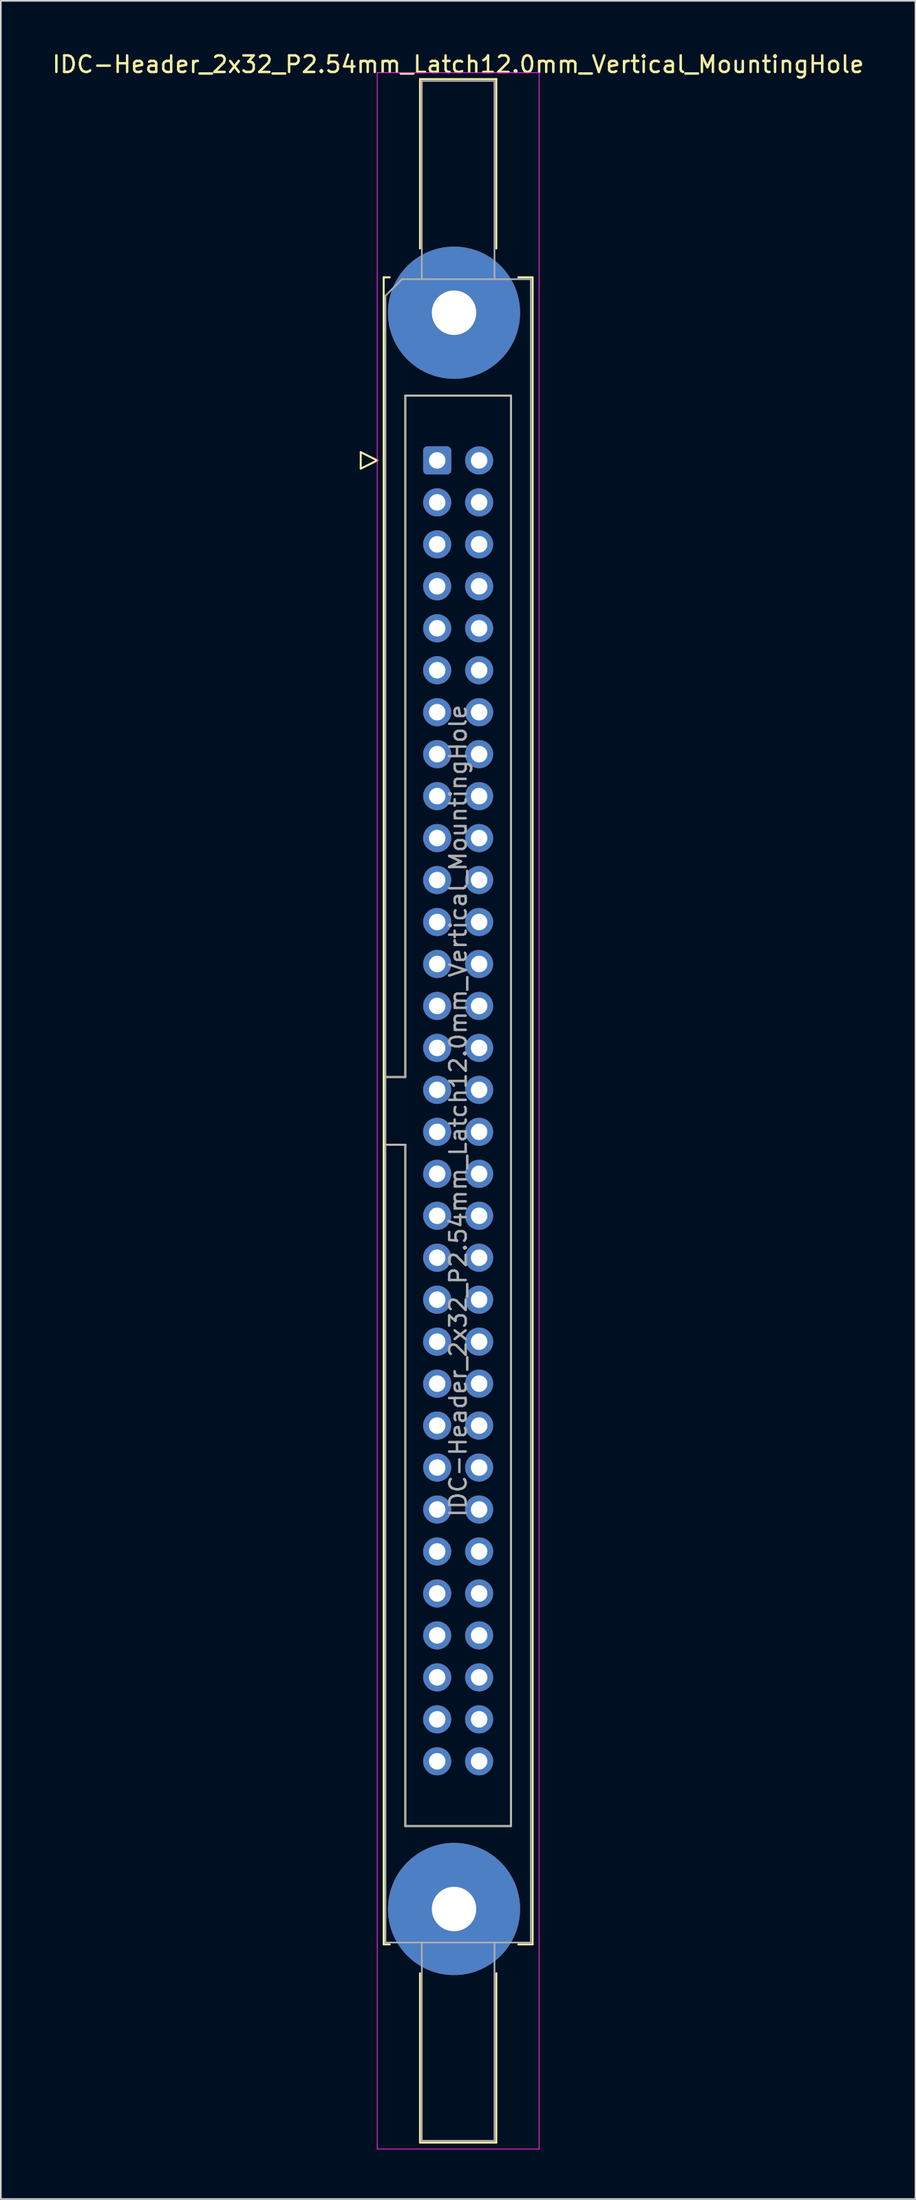
<source format=kicad_pcb>
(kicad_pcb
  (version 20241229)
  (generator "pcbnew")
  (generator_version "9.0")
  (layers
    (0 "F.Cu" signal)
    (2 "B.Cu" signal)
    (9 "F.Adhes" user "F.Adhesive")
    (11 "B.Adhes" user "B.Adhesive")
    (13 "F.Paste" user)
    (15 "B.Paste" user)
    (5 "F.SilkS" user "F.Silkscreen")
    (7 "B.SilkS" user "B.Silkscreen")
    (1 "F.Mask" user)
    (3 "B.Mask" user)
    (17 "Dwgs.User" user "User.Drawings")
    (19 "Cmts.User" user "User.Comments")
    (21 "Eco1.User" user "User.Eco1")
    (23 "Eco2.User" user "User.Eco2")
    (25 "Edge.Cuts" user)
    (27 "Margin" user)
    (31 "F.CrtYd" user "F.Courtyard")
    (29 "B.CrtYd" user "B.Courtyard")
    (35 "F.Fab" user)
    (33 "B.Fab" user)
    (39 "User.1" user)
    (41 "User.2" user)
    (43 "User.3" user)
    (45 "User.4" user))
  (footprint "IDC-Header_2x32_P2.54mm_Latch12.0mm_Vertical_MountingHole"
    (layer "F.Cu")
    (at 23.426 24.818)
    (property "Reference" "IDC-Header_2x32_P2.54mm_Latch12.0mm_Vertical_MountingHole" (at 1.27 -23.97 0) (layer "F.SilkS") (effects (font (size 1 1) (thickness 0.15))))
    (attr through_hole)
    (fp_line (start -4.63 -0.5) (end -4.63 0.5) (stroke (width 0.12) (type solid)) (layer "F.SilkS"))
    (fp_line (start -4.63 0.5) (end -3.63 0) (stroke (width 0.12) (type solid)) (layer "F.SilkS"))
    (fp_line (start -3.63 0) (end -4.63 -0.5) (stroke (width 0.12) (type solid)) (layer "F.SilkS"))
    (fp_line (start -3.24 -11.08) (end -3.24 89.82) (stroke (width 0.12) (type solid)) (layer "F.SilkS"))
    (fp_line (start -3.24 37.32) (end -1.93 37.32) (stroke (width 0.12) (type solid)) (layer "F.SilkS"))
    (fp_line (start -3.24 89.82) (end -2.87 89.82) (stroke (width 0.12) (type solid)) (layer "F.SilkS"))
    (fp_line (start -2.87 -11.08) (end -3.24 -11.08) (stroke (width 0.12) (type solid)) (layer "F.SilkS"))
    (fp_line (start -1.93 -3.92) (end 4.47 -3.92) (stroke (width 0.12) (type solid)) (layer "F.SilkS"))
    (fp_line (start -1.93 37.32) (end -1.93 -3.92) (stroke (width 0.12) (type solid)) (layer "F.SilkS"))
    (fp_line (start -1.93 41.42) (end -3.24 41.42) (stroke (width 0.12) (type solid)) (layer "F.SilkS"))
    (fp_line (start -1.93 41.42) (end -1.93 41.42) (stroke (width 0.12) (type solid)) (layer "F.SilkS"))
    (fp_line (start -1.93 82.66) (end -1.93 41.42) (stroke (width 0.12) (type solid)) (layer "F.SilkS"))
    (fp_line (start -1.04 -23.08) (end 3.58 -23.08) (stroke (width 0.12) (type solid)) (layer "F.SilkS"))
    (fp_line (start -1.04 -12.83) (end -1.04 -23.08) (stroke (width 0.12) (type solid)) (layer "F.SilkS"))
    (fp_line (start -1.04 91.57) (end -1.04 101.82) (stroke (width 0.12) (type solid)) (layer "F.SilkS"))
    (fp_line (start -1.04 101.82) (end 3.58 101.82) (stroke (width 0.12) (type solid)) (layer "F.SilkS"))
    (fp_line (start 3.58 -23.08) (end 3.58 -12.83) (stroke (width 0.12) (type solid)) (layer "F.SilkS"))
    (fp_line (start 3.58 101.82) (end 3.58 91.57) (stroke (width 0.12) (type solid)) (layer "F.SilkS"))
    (fp_line (start 4.47 -3.92) (end 4.47 82.66) (stroke (width 0.12) (type solid)) (layer "F.SilkS"))
    (fp_line (start 4.47 82.66) (end -1.93 82.66) (stroke (width 0.12) (type solid)) (layer "F.SilkS"))
    (fp_line (start 4.91 -11.08) (end 5.78 -11.08) (stroke (width 0.12) (type solid)) (layer "F.SilkS"))
    (fp_line (start 5.78 -11.08) (end 5.78 89.82) (stroke (width 0.12) (type solid)) (layer "F.SilkS"))
    (fp_line (start 5.78 89.82) (end 4.91 89.82) (stroke (width 0.12) (type solid)) (layer "F.SilkS"))
    (fp_line (start -3.63 -23.47) (end -3.63 102.21) (stroke (width 0.05) (type solid)) (layer "F.CrtYd"))
    (fp_line (start -3.63 102.21) (end 6.17 102.21) (stroke (width 0.05) (type solid)) (layer "F.CrtYd"))
    (fp_line (start 6.17 -23.47) (end -3.63 -23.47) (stroke (width 0.05) (type solid)) (layer "F.CrtYd"))
    (fp_line (start 6.17 102.21) (end 6.17 -23.47) (stroke (width 0.05) (type solid)) (layer "F.CrtYd"))
    (fp_line (start -3.13 -9.97) (end -2.13 -10.97) (stroke (width 0.1) (type solid)) (layer "F.Fab"))
    (fp_line (start -3.13 37.32) (end -1.93 37.32) (stroke (width 0.1) (type solid)) (layer "F.Fab"))
    (fp_line (start -3.13 89.71) (end -3.13 -9.97) (stroke (width 0.1) (type solid)) (layer "F.Fab"))
    (fp_line (start -2.13 -10.97) (end 5.67 -10.97) (stroke (width 0.1) (type solid)) (layer "F.Fab"))
    (fp_line (start -1.93 -3.92) (end 4.47 -3.92) (stroke (width 0.1) (type solid)) (layer "F.Fab"))
    (fp_line (start -1.93 37.32) (end -1.93 -3.92) (stroke (width 0.1) (type solid)) (layer "F.Fab"))
    (fp_line (start -1.93 41.42) (end -3.13 41.42) (stroke (width 0.1) (type solid)) (layer "F.Fab"))
    (fp_line (start -1.93 41.42) (end -1.93 41.42) (stroke (width 0.1) (type solid)) (layer "F.Fab"))
    (fp_line (start -1.93 82.66) (end -1.93 41.42) (stroke (width 0.1) (type solid)) (layer "F.Fab"))
    (fp_line (start -0.93 -22.97) (end 3.47 -22.97) (stroke (width 0.1) (type solid)) (layer "F.Fab"))
    (fp_line (start -0.93 -10.97) (end -0.93 -22.97) (stroke (width 0.1) (type solid)) (layer "F.Fab"))
    (fp_line (start -0.93 89.71) (end -0.93 101.71) (stroke (width 0.1) (type solid)) (layer "F.Fab"))
    (fp_line (start -0.93 101.71) (end 3.47 101.71) (stroke (width 0.1) (type solid)) (layer "F.Fab"))
    (fp_line (start 3.47 -22.97) (end 3.47 -10.97) (stroke (width 0.1) (type solid)) (layer "F.Fab"))
    (fp_line (start 3.47 101.71) (end 3.47 89.71) (stroke (width 0.1) (type solid)) (layer "F.Fab"))
    (fp_line (start 4.47 -3.92) (end 4.47 82.66) (stroke (width 0.1) (type solid)) (layer "F.Fab"))
    (fp_line (start 4.47 82.66) (end -1.93 82.66) (stroke (width 0.1) (type solid)) (layer "F.Fab"))
    (fp_line (start 5.67 -10.97) (end 5.67 89.71) (stroke (width 0.1) (type solid)) (layer "F.Fab"))
    (fp_line (start 5.67 89.71) (end -3.13 89.71) (stroke (width 0.1) (type solid)) (layer "F.Fab"))
    (fp_text user "${REFERENCE}" (at 1.27 39.37 90) (layer "F.Fab") (effects (font (size 1 1) (thickness 0.15))))
    (pad "" thru_hole circle (at 1.02 -8.94) (size 8 8) (drill 2.69) (layers "*.Cu" "*.Mask"))
    (pad "" thru_hole circle (at 1.02 87.68) (size 8 8) (drill 2.69) (layers "*.Cu" "*.Mask"))
    (pad "1" thru_hole roundrect (at 0 0) (size 1.7 1.7) (drill 1) (layers "*.Cu" "*.Mask") (roundrect_rratio 0.147))
    (pad "2" thru_hole circle (at 2.54 0) (size 1.7 1.7) (drill 1) (layers "*.Cu" "*.Mask"))
    (pad "3" thru_hole circle (at 0 2.54) (size 1.7 1.7) (drill 1) (layers "*.Cu" "*.Mask"))
    (pad "4" thru_hole circle (at 2.54 2.54) (size 1.7 1.7) (drill 1) (layers "*.Cu" "*.Mask"))
    (pad "5" thru_hole circle (at 0 5.08) (size 1.7 1.7) (drill 1) (layers "*.Cu" "*.Mask"))
    (pad "6" thru_hole circle (at 2.54 5.08) (size 1.7 1.7) (drill 1) (layers "*.Cu" "*.Mask"))
    (pad "7" thru_hole circle (at 0 7.62) (size 1.7 1.7) (drill 1) (layers "*.Cu" "*.Mask"))
    (pad "8" thru_hole circle (at 2.54 7.62) (size 1.7 1.7) (drill 1) (layers "*.Cu" "*.Mask"))
    (pad "9" thru_hole circle (at 0 10.16) (size 1.7 1.7) (drill 1) (layers "*.Cu" "*.Mask"))
    (pad "10" thru_hole circle (at 2.54 10.16) (size 1.7 1.7) (drill 1) (layers "*.Cu" "*.Mask"))
    (pad "11" thru_hole circle (at 0 12.7) (size 1.7 1.7) (drill 1) (layers "*.Cu" "*.Mask"))
    (pad "12" thru_hole circle (at 2.54 12.7) (size 1.7 1.7) (drill 1) (layers "*.Cu" "*.Mask"))
    (pad "13" thru_hole circle (at 0 15.24) (size 1.7 1.7) (drill 1) (layers "*.Cu" "*.Mask"))
    (pad "14" thru_hole circle (at 2.54 15.24) (size 1.7 1.7) (drill 1) (layers "*.Cu" "*.Mask"))
    (pad "15" thru_hole circle (at 0 17.78) (size 1.7 1.7) (drill 1) (layers "*.Cu" "*.Mask"))
    (pad "16" thru_hole circle (at 2.54 17.78) (size 1.7 1.7) (drill 1) (layers "*.Cu" "*.Mask"))
    (pad "17" thru_hole circle (at 0 20.32) (size 1.7 1.7) (drill 1) (layers "*.Cu" "*.Mask"))
    (pad "18" thru_hole circle (at 2.54 20.32) (size 1.7 1.7) (drill 1) (layers "*.Cu" "*.Mask"))
    (pad "19" thru_hole circle (at 0 22.86) (size 1.7 1.7) (drill 1) (layers "*.Cu" "*.Mask"))
    (pad "20" thru_hole circle (at 2.54 22.86) (size 1.7 1.7) (drill 1) (layers "*.Cu" "*.Mask"))
    (pad "21" thru_hole circle (at 0 25.4) (size 1.7 1.7) (drill 1) (layers "*.Cu" "*.Mask"))
    (pad "22" thru_hole circle (at 2.54 25.4) (size 1.7 1.7) (drill 1) (layers "*.Cu" "*.Mask"))
    (pad "23" thru_hole circle (at 0 27.94) (size 1.7 1.7) (drill 1) (layers "*.Cu" "*.Mask"))
    (pad "24" thru_hole circle (at 2.54 27.94) (size 1.7 1.7) (drill 1) (layers "*.Cu" "*.Mask"))
    (pad "25" thru_hole circle (at 0 30.48) (size 1.7 1.7) (drill 1) (layers "*.Cu" "*.Mask"))
    (pad "26" thru_hole circle (at 2.54 30.48) (size 1.7 1.7) (drill 1) (layers "*.Cu" "*.Mask"))
    (pad "27" thru_hole circle (at 0 33.02) (size 1.7 1.7) (drill 1) (layers "*.Cu" "*.Mask"))
    (pad "28" thru_hole circle (at 2.54 33.02) (size 1.7 1.7) (drill 1) (layers "*.Cu" "*.Mask"))
    (pad "29" thru_hole circle (at 0 35.56) (size 1.7 1.7) (drill 1) (layers "*.Cu" "*.Mask"))
    (pad "30" thru_hole circle (at 2.54 35.56) (size 1.7 1.7) (drill 1) (layers "*.Cu" "*.Mask"))
    (pad "31" thru_hole circle (at 0 38.1) (size 1.7 1.7) (drill 1) (layers "*.Cu" "*.Mask"))
    (pad "32" thru_hole circle (at 2.54 38.1) (size 1.7 1.7) (drill 1) (layers "*.Cu" "*.Mask"))
    (pad "33" thru_hole circle (at 0 40.64) (size 1.7 1.7) (drill 1) (layers "*.Cu" "*.Mask"))
    (pad "34" thru_hole circle (at 2.54 40.64) (size 1.7 1.7) (drill 1) (layers "*.Cu" "*.Mask"))
    (pad "35" thru_hole circle (at 0 43.18) (size 1.7 1.7) (drill 1) (layers "*.Cu" "*.Mask"))
    (pad "36" thru_hole circle (at 2.54 43.18) (size 1.7 1.7) (drill 1) (layers "*.Cu" "*.Mask"))
    (pad "37" thru_hole circle (at 0 45.72) (size 1.7 1.7) (drill 1) (layers "*.Cu" "*.Mask"))
    (pad "38" thru_hole circle (at 2.54 45.72) (size 1.7 1.7) (drill 1) (layers "*.Cu" "*.Mask"))
    (pad "39" thru_hole circle (at 0 48.26) (size 1.7 1.7) (drill 1) (layers "*.Cu" "*.Mask"))
    (pad "40" thru_hole circle (at 2.54 48.26) (size 1.7 1.7) (drill 1) (layers "*.Cu" "*.Mask"))
    (pad "41" thru_hole circle (at 0 50.8) (size 1.7 1.7) (drill 1) (layers "*.Cu" "*.Mask"))
    (pad "42" thru_hole circle (at 2.54 50.8) (size 1.7 1.7) (drill 1) (layers "*.Cu" "*.Mask"))
    (pad "43" thru_hole circle (at 0 53.34) (size 1.7 1.7) (drill 1) (layers "*.Cu" "*.Mask"))
    (pad "44" thru_hole circle (at 2.54 53.34) (size 1.7 1.7) (drill 1) (layers "*.Cu" "*.Mask"))
    (pad "45" thru_hole circle (at 0 55.88) (size 1.7 1.7) (drill 1) (layers "*.Cu" "*.Mask"))
    (pad "46" thru_hole circle (at 2.54 55.88) (size 1.7 1.7) (drill 1) (layers "*.Cu" "*.Mask"))
    (pad "47" thru_hole circle (at 0 58.42) (size 1.7 1.7) (drill 1) (layers "*.Cu" "*.Mask"))
    (pad "48" thru_hole circle (at 2.54 58.42) (size 1.7 1.7) (drill 1) (layers "*.Cu" "*.Mask"))
    (pad "49" thru_hole circle (at 0 60.96) (size 1.7 1.7) (drill 1) (layers "*.Cu" "*.Mask"))
    (pad "50" thru_hole circle (at 2.54 60.96) (size 1.7 1.7) (drill 1) (layers "*.Cu" "*.Mask"))
    (pad "51" thru_hole circle (at 0 63.5) (size 1.7 1.7) (drill 1) (layers "*.Cu" "*.Mask"))
    (pad "52" thru_hole circle (at 2.54 63.5) (size 1.7 1.7) (drill 1) (layers "*.Cu" "*.Mask"))
    (pad "53" thru_hole circle (at 0 66.04) (size 1.7 1.7) (drill 1) (layers "*.Cu" "*.Mask"))
    (pad "54" thru_hole circle (at 2.54 66.04) (size 1.7 1.7) (drill 1) (layers "*.Cu" "*.Mask"))
    (pad "55" thru_hole circle (at 0 68.58) (size 1.7 1.7) (drill 1) (layers "*.Cu" "*.Mask"))
    (pad "56" thru_hole circle (at 2.54 68.58) (size 1.7 1.7) (drill 1) (layers "*.Cu" "*.Mask"))
    (pad "57" thru_hole circle (at 0 71.12) (size 1.7 1.7) (drill 1) (layers "*.Cu" "*.Mask"))
    (pad "58" thru_hole circle (at 2.54 71.12) (size 1.7 1.7) (drill 1) (layers "*.Cu" "*.Mask"))
    (pad "59" thru_hole circle (at 0 73.66) (size 1.7 1.7) (drill 1) (layers "*.Cu" "*.Mask"))
    (pad "60" thru_hole circle (at 2.54 73.66) (size 1.7 1.7) (drill 1) (layers "*.Cu" "*.Mask"))
    (pad "61" thru_hole circle (at 0 76.2) (size 1.7 1.7) (drill 1) (layers "*.Cu" "*.Mask"))
    (pad "62" thru_hole circle (at 2.54 76.2) (size 1.7 1.7) (drill 1) (layers "*.Cu" "*.Mask"))
    (pad "63" thru_hole circle (at 0 78.74) (size 1.7 1.7) (drill 1) (layers "*.Cu" "*.Mask"))
    (pad "64" thru_hole circle (at 2.54 78.74) (size 1.7 1.7) (drill 1) (layers "*.Cu" "*.Mask")))
  (gr_rect
    (start -3 -3)
    (end 52.393 130.053)
    (stroke (width 0.1) (type default))
    (fill no)
    (layer "Edge.Cuts")))
</source>
